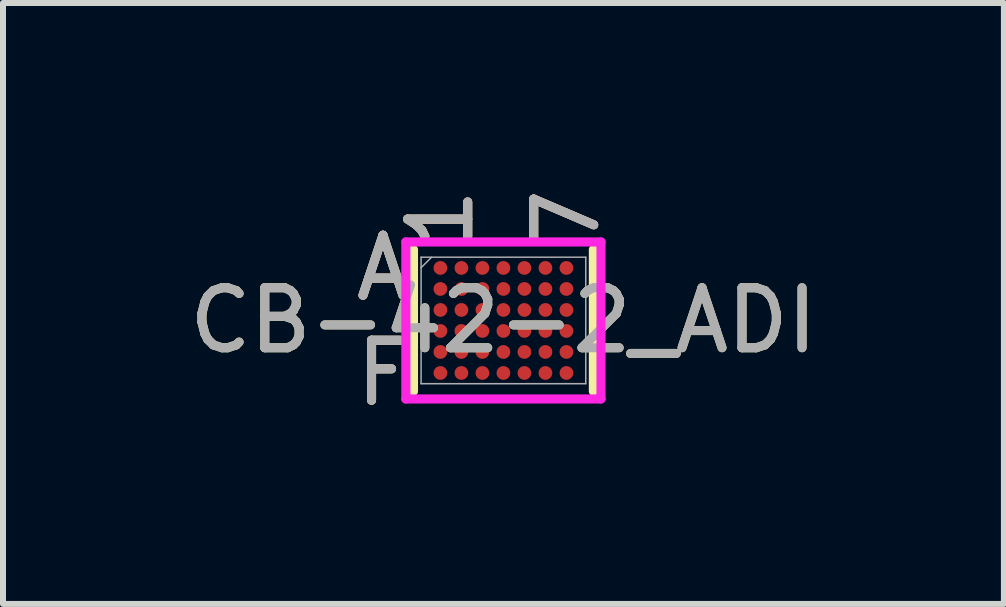
<source format=kicad_pcb>
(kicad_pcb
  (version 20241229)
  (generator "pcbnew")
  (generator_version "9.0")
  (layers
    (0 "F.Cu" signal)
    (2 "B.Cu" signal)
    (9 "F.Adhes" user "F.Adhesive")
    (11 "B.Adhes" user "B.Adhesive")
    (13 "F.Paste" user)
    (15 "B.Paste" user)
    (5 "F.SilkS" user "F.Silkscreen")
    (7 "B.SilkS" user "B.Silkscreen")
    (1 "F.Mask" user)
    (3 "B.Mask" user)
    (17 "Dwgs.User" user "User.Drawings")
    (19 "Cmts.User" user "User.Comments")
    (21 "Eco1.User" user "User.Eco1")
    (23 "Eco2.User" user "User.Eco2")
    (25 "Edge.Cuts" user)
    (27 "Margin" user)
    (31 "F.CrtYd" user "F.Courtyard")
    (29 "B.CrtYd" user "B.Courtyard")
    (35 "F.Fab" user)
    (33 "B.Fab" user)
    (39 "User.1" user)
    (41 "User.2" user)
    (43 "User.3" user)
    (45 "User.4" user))
  (footprint "CB-42-2_ADI"
    (layer "F.Cu")
    (at 5.339 2.29)
    (property "Reference" "CB-42-2_ADI" (at 0 0 0) (unlocked yes) (layer "F.SilkS") (effects (font (size 1 1) (thickness 0.15))))
    (attr smd)
    (fp_line (start -1.499 -1.181) (end -1.499 1.181) (stroke (width 0.152) (type solid)) (layer "F.SilkS"))
    (fp_line (start 1.499 1.181) (end 1.499 -1.181) (stroke (width 0.152) (type solid)) (layer "F.SilkS"))
    (fp_poly (pts (xy -1.669 -1.494) (xy 1.669 -1.494) (xy 1.669 1.494) (xy -1.669 1.494)) (stroke (width 0.1) (type solid)) (fill no) (layer "Eco2.User"))
    (fp_line (start -1.626 -1.308) (end 1.626 -1.308) (stroke (width 0.152) (type solid)) (layer "F.CrtYd"))
    (fp_line (start -1.626 1.308) (end -1.626 -1.308) (stroke (width 0.152) (type solid)) (layer "F.CrtYd"))
    (fp_line (start 1.626 -1.308) (end 1.626 1.308) (stroke (width 0.152) (type solid)) (layer "F.CrtYd"))
    (fp_line (start 1.626 1.308) (end -1.626 1.308) (stroke (width 0.152) (type solid)) (layer "F.CrtYd"))
    (fp_line (start -1.372 -1.054) (end -1.372 1.054) (stroke (width 0.025) (type solid)) (layer "F.Fab"))
    (fp_line (start -1.372 1.054) (end 1.372 1.054) (stroke (width 0.025) (type solid)) (layer "F.Fab"))
    (fp_line (start -1.197 -1.054) (end -1.372 -0.879) (stroke (width 0.025) (type solid)) (layer "F.Fab"))
    (fp_line (start 1.372 -1.054) (end -1.372 -1.054) (stroke (width 0.025) (type solid)) (layer "F.Fab"))
    (fp_line (start 1.372 1.054) (end 1.372 -1.054) (stroke (width 0.025) (type solid)) (layer "F.Fab"))
    (fp_text user "F" (at -2.007 0.875 0) (unlocked yes) (layer "F.SilkS") (effects (font (size 1 1) (thickness 0.15))))
    (fp_text user "A" (at -2.007 -0.875 0) (unlocked yes) (layer "F.SilkS") (effects (font (size 1 1) (thickness 0.15))))
    (fp_text user "1" (at -1.05 -1.689 90) (unlocked yes) (layer "F.SilkS") (effects (font (size 1 1) (thickness 0.15))))
    (fp_text user "7" (at 1.05 -1.689 90) (unlocked yes) (layer "F.SilkS") (effects (font (size 1 1) (thickness 0.15))))
    (fp_text user "7" (at 1.05 -1.689 90) (unlocked yes) (layer "B.SilkS") (effects (font (size 1 1) (thickness 0.15))))
    (fp_text user "1" (at -1.05 -1.689 90) (unlocked yes) (layer "B.SilkS") (effects (font (size 1 1) (thickness 0.15))))
    (fp_text user "F" (at -2.007 0.875 0) (unlocked yes) (layer "B.SilkS") (effects (font (size 1 1) (thickness 0.15))))
    (fp_text user "A" (at -2.007 -0.875 0) (unlocked yes) (layer "B.SilkS") (effects (font (size 1 1) (thickness 0.15))))
    (fp_text user "7" (at 1.05 -1.689 90) (unlocked yes) (layer "F.Fab") (effects (font (size 1 1) (thickness 0.15))))
    (fp_text user "F" (at -2.007 0.875 0) (unlocked yes) (layer "F.Fab") (effects (font (size 1 1) (thickness 0.15))))
    (fp_text user "A" (at -2.007 -0.875 0) (unlocked yes) (layer "F.Fab") (effects (font (size 1 1) (thickness 0.15))))
    (fp_text user "1" (at -1.05 -1.689 90) (unlocked yes) (layer "F.Fab") (effects (font (size 1 1) (thickness 0.15))))
    (fp_text user "${REFERENCE}" (at 0 0 0) (unlocked yes) (layer "F.Fab") (effects (font (size 1 1) (thickness 0.15))))
    (pad "A1" smd circle (at -1.05 -0.875) (size 0.229 0.229) (layers "F.Cu" "F.Mask" "F.Paste"))
    (pad "A2" smd circle (at -0.7 -0.875) (size 0.229 0.229) (layers "F.Cu" "F.Mask" "F.Paste"))
    (pad "A3" smd circle (at -0.35 -0.875) (size 0.229 0.229) (layers "F.Cu" "F.Mask" "F.Paste"))
    (pad "A4" smd circle (at 0 -0.875) (size 0.229 0.229) (layers "F.Cu" "F.Mask" "F.Paste"))
    (pad "A5" smd circle (at 0.35 -0.875) (size 0.229 0.229) (layers "F.Cu" "F.Mask" "F.Paste"))
    (pad "A6" smd circle (at 0.7 -0.875) (size 0.229 0.229) (layers "F.Cu" "F.Mask" "F.Paste"))
    (pad "A7" smd circle (at 1.05 -0.875) (size 0.229 0.229) (layers "F.Cu" "F.Mask" "F.Paste"))
    (pad "B1" smd circle (at -1.05 -0.525) (size 0.229 0.229) (layers "F.Cu" "F.Mask" "F.Paste"))
    (pad "B2" smd circle (at -0.7 -0.525) (size 0.229 0.229) (layers "F.Cu" "F.Mask" "F.Paste"))
    (pad "B3" smd circle (at -0.35 -0.525) (size 0.229 0.229) (layers "F.Cu" "F.Mask" "F.Paste"))
    (pad "B4" smd circle (at 0 -0.525) (size 0.229 0.229) (layers "F.Cu" "F.Mask" "F.Paste"))
    (pad "B5" smd circle (at 0.35 -0.525) (size 0.229 0.229) (layers "F.Cu" "F.Mask" "F.Paste"))
    (pad "B6" smd circle (at 0.7 -0.525) (size 0.229 0.229) (layers "F.Cu" "F.Mask" "F.Paste"))
    (pad "B7" smd circle (at 1.05 -0.525) (size 0.229 0.229) (layers "F.Cu" "F.Mask" "F.Paste"))
    (pad "C1" smd circle (at -1.05 -0.175) (size 0.229 0.229) (layers "F.Cu" "F.Mask" "F.Paste"))
    (pad "C2" smd circle (at -0.7 -0.175) (size 0.229 0.229) (layers "F.Cu" "F.Mask" "F.Paste"))
    (pad "C3" smd circle (at -0.35 -0.175) (size 0.229 0.229) (layers "F.Cu" "F.Mask" "F.Paste"))
    (pad "C4" smd circle (at 0 -0.175) (size 0.229 0.229) (layers "F.Cu" "F.Mask" "F.Paste"))
    (pad "C5" smd circle (at 0.35 -0.175) (size 0.229 0.229) (layers "F.Cu" "F.Mask" "F.Paste"))
    (pad "C6" smd circle (at 0.7 -0.175) (size 0.229 0.229) (layers "F.Cu" "F.Mask" "F.Paste"))
    (pad "C7" smd circle (at 1.05 -0.175) (size 0.229 0.229) (layers "F.Cu" "F.Mask" "F.Paste"))
    (pad "D1" smd circle (at -1.05 0.175) (size 0.229 0.229) (layers "F.Cu" "F.Mask" "F.Paste"))
    (pad "D2" smd circle (at -0.7 0.175) (size 0.229 0.229) (layers "F.Cu" "F.Mask" "F.Paste"))
    (pad "D3" smd circle (at -0.35 0.175) (size 0.229 0.229) (layers "F.Cu" "F.Mask" "F.Paste"))
    (pad "D4" smd circle (at 0 0.175) (size 0.229 0.229) (layers "F.Cu" "F.Mask" "F.Paste"))
    (pad "D5" smd circle (at 0.35 0.175) (size 0.229 0.229) (layers "F.Cu" "F.Mask" "F.Paste"))
    (pad "D6" smd circle (at 0.7 0.175) (size 0.229 0.229) (layers "F.Cu" "F.Mask" "F.Paste"))
    (pad "D7" smd circle (at 1.05 0.175) (size 0.229 0.229) (layers "F.Cu" "F.Mask" "F.Paste"))
    (pad "E1" smd circle (at -1.05 0.525) (size 0.229 0.229) (layers "F.Cu" "F.Mask" "F.Paste"))
    (pad "E2" smd circle (at -0.7 0.525) (size 0.229 0.229) (layers "F.Cu" "F.Mask" "F.Paste"))
    (pad "E3" smd circle (at -0.35 0.525) (size 0.229 0.229) (layers "F.Cu" "F.Mask" "F.Paste"))
    (pad "E4" smd circle (at 0 0.525) (size 0.229 0.229) (layers "F.Cu" "F.Mask" "F.Paste"))
    (pad "E5" smd circle (at 0.35 0.525) (size 0.229 0.229) (layers "F.Cu" "F.Mask" "F.Paste"))
    (pad "E6" smd circle (at 0.7 0.525) (size 0.229 0.229) (layers "F.Cu" "F.Mask" "F.Paste"))
    (pad "E7" smd circle (at 1.05 0.525) (size 0.229 0.229) (layers "F.Cu" "F.Mask" "F.Paste"))
    (pad "F1" smd circle (at -1.05 0.875) (size 0.229 0.229) (layers "F.Cu" "F.Mask" "F.Paste"))
    (pad "F2" smd circle (at -0.7 0.875) (size 0.229 0.229) (layers "F.Cu" "F.Mask" "F.Paste"))
    (pad "F3" smd circle (at -0.35 0.875) (size 0.229 0.229) (layers "F.Cu" "F.Mask" "F.Paste"))
    (pad "F4" smd circle (at 0 0.875) (size 0.229 0.229) (layers "F.Cu" "F.Mask" "F.Paste"))
    (pad "F5" smd circle (at 0.35 0.875) (size 0.229 0.229) (layers "F.Cu" "F.Mask" "F.Paste"))
    (pad "F6" smd circle (at 0.7 0.875) (size 0.229 0.229) (layers "F.Cu" "F.Mask" "F.Paste"))
    (pad "F7" smd circle (at 1.05 0.875) (size 0.229 0.229) (layers "F.Cu" "F.Mask" "F.Paste")))
  (gr_rect
    (start -3 -3)
    (end 13.679 7.014)
    (stroke (width 0.1) (type default))
    (fill no)
    (layer "Edge.Cuts")))
</source>
